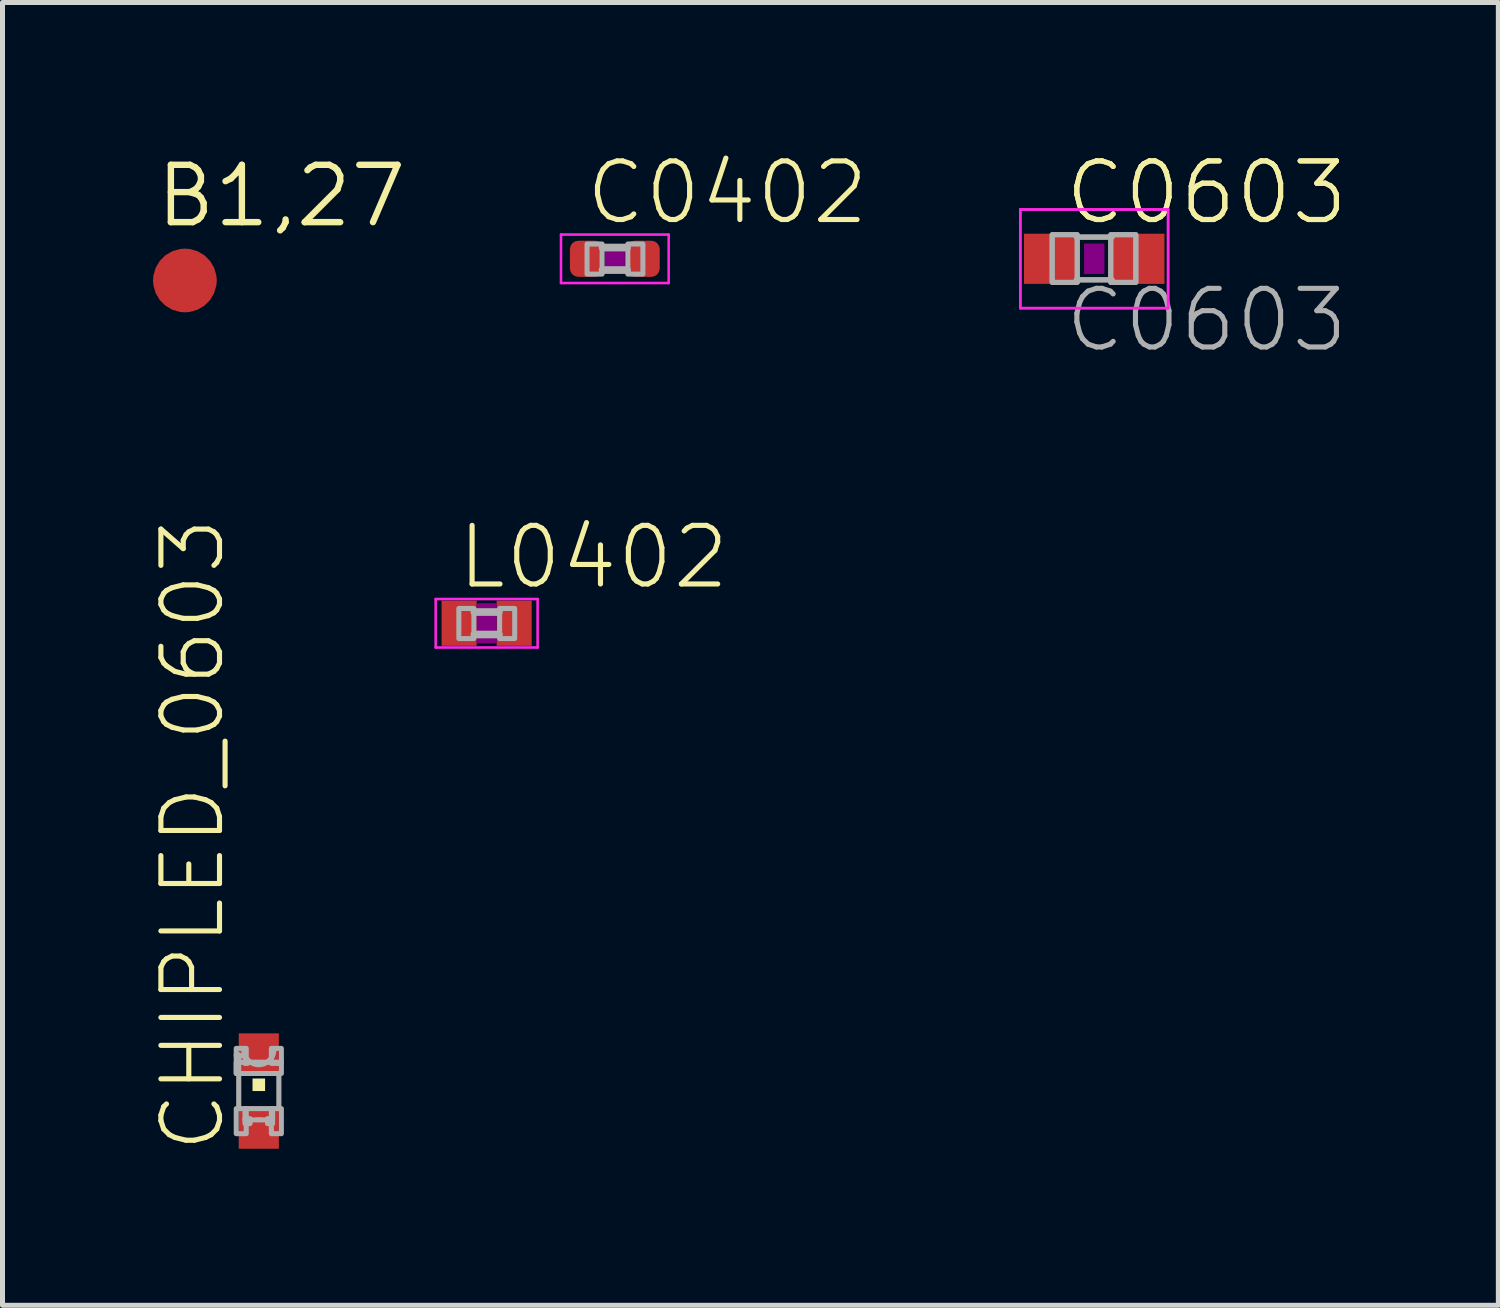
<source format=kicad_pcb>
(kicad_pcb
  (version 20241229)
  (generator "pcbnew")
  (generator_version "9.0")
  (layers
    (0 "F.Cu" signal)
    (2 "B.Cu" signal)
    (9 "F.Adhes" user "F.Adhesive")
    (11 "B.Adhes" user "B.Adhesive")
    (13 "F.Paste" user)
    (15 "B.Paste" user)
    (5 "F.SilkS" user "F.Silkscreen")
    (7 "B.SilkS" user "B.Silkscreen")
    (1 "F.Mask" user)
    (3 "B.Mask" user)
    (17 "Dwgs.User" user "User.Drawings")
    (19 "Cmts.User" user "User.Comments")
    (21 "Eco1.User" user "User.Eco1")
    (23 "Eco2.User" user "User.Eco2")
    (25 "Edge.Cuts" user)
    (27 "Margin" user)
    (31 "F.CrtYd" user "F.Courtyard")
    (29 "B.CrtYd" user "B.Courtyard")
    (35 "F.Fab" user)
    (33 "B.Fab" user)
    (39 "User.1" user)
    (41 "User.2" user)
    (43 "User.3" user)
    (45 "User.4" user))
  (footprint "B1,27"
    (layer "F.Cu")
    (at 0.635 2.54)
    (property "Reference" "B1,27" (at -0.635 -1.016 0) (unlocked yes) (layer "F.SilkS") (effects (font (size 1.143 1.143) (thickness 0.127)) (justify left bottom)))
    (pad "1" smd roundrect (at 0 0) (size 1.27 1.27) (layers "F.Cu" "F.Mask") (roundrect_rratio 0.5)))
  (footprint "C0402"
    (layer "F.Cu")
    (at 9.204 2.108)
    (property "Reference" "C0402" (at -0.635 -0.635 0) (unlocked yes) (layer "F.SilkS") (effects (font (size 1.168 1.168) (thickness 0.102)) (justify left bottom)))
    (fp_poly (pts (xy -0.2 0.3) (xy 0.2 0.3) (xy 0.2 -0.3) (xy -0.2 -0.3)) (stroke (width 0) (type default)) (fill yes) (layer "F.Adhes"))
    (fp_line (start -1.073 -0.483) (end 1.073 -0.483) (stroke (width 0.051) (type solid)) (layer "F.CrtYd"))
    (fp_line (start -1.073 0.483) (end -1.073 -0.483) (stroke (width 0.051) (type solid)) (layer "F.CrtYd"))
    (fp_line (start 1.073 -0.483) (end 1.073 0.483) (stroke (width 0.051) (type solid)) (layer "F.CrtYd"))
    (fp_line (start 1.073 0.483) (end -1.073 0.483) (stroke (width 0.051) (type solid)) (layer "F.CrtYd"))
    (fp_line (start -0.245 -0.224) (end 0.245 -0.224) (stroke (width 0.152) (type solid)) (layer "F.Fab"))
    (fp_line (start 0.245 0.224) (end -0.245 0.224) (stroke (width 0.152) (type solid)) (layer "F.Fab"))
    (fp_poly (pts (xy -0.554 0.305) (xy -0.254 0.305) (xy -0.254 -0.295) (xy -0.554 -0.295)) (stroke (width 0.1) (type default)) (fill no) (layer "F.Fab"))
    (fp_poly (pts (xy 0.259 0.305) (xy 0.559 0.305) (xy 0.559 -0.295) (xy 0.259 -0.295)) (stroke (width 0.1) (type default)) (fill no) (layer "F.Fab"))
    (pad "1" smd roundrect (at -0.56 0) (size 0.67 0.72) (layers "F.Cu" "F.Mask" "F.Paste") (roundrect_rratio 0.25))
    (pad "2" smd roundrect (at 0.56 0) (size 0.67 0.72) (layers "F.Cu" "F.Mask" "F.Paste") (roundrect_rratio 0.25)))
  (footprint "C0603"
    (layer "F.Cu")
    (at 18.758 2.108)
    (property "Reference" "C0603" (at -0.635 -0.635 0) (unlocked yes) (layer "F.SilkS") (effects (font (size 1.168 1.168) (thickness 0.102)) (justify left bottom)))
    (property "Value" "C0603" (at -0.635 1.905 0) (unlocked yes) (layer "F.Fab") (hide yes) (effects (font (size 1.168 1.168) (thickness 0.102)) (justify left bottom)))
    (fp_poly (pts (xy -0.2 0.3) (xy 0.2 0.3) (xy 0.2 -0.3) (xy -0.2 -0.3)) (stroke (width 0) (type default)) (fill yes) (layer "F.Adhes"))
    (fp_poly (pts (xy -0.2 0.3) (xy 0.2 0.3) (xy 0.2 -0.3) (xy -0.2 -0.3)) (stroke (width 0) (type default)) (fill yes) (layer "F.Adhes"))
    (fp_line (start -1.473 -0.983) (end 1.473 -0.983) (stroke (width 0.051) (type solid)) (layer "F.CrtYd"))
    (fp_line (start -1.473 -0.983) (end 1.473 -0.983) (stroke (width 0.051) (type solid)) (layer "F.CrtYd"))
    (fp_line (start -1.473 0.983) (end -1.473 -0.983) (stroke (width 0.051) (type solid)) (layer "F.CrtYd"))
    (fp_line (start -1.473 0.983) (end -1.473 -0.983) (stroke (width 0.051) (type solid)) (layer "F.CrtYd"))
    (fp_line (start 1.473 -0.983) (end 1.473 0.983) (stroke (width 0.051) (type solid)) (layer "F.CrtYd"))
    (fp_line (start 1.473 -0.983) (end 1.473 0.983) (stroke (width 0.051) (type solid)) (layer "F.CrtYd"))
    (fp_line (start 1.473 0.983) (end -1.473 0.983) (stroke (width 0.051) (type solid)) (layer "F.CrtYd"))
    (fp_line (start 1.473 0.983) (end -1.473 0.983) (stroke (width 0.051) (type solid)) (layer "F.CrtYd"))
    (fp_line (start -0.356 -0.432) (end 0.356 -0.432) (stroke (width 0.102) (type solid)) (layer "F.Fab"))
    (fp_line (start -0.356 -0.432) (end 0.356 -0.432) (stroke (width 0.102) (type solid)) (layer "F.Fab"))
    (fp_line (start -0.356 0.419) (end 0.356 0.419) (stroke (width 0.102) (type solid)) (layer "F.Fab"))
    (fp_line (start -0.356 0.419) (end 0.356 0.419) (stroke (width 0.102) (type solid)) (layer "F.Fab"))
    (fp_poly (pts (xy -0.838 0.47) (xy -0.338 0.47) (xy -0.338 -0.48) (xy -0.838 -0.48)) (stroke (width 0.1) (type default)) (fill no) (layer "F.Fab"))
    (fp_poly (pts (xy -0.838 0.47) (xy -0.338 0.47) (xy -0.338 -0.48) (xy -0.838 -0.48)) (stroke (width 0.1) (type default)) (fill no) (layer "F.Fab"))
    (fp_poly (pts (xy 0.33 0.47) (xy 0.83 0.47) (xy 0.83 -0.48) (xy 0.33 -0.48)) (stroke (width 0.1) (type default)) (fill no) (layer "F.Fab"))
    (fp_poly (pts (xy 0.33 0.47) (xy 0.83 0.47) (xy 0.83 -0.48) (xy 0.33 -0.48)) (stroke (width 0.1) (type default)) (fill no) (layer "F.Fab"))
    (fp_text user "${REFERENCE}" (at -0.635 -0.635 0) (layer "F.SilkS") (effects (font (size 1.168 1.168) (thickness 0.102)) (justify left bottom)))
    (fp_text user "${VALUE}" (at -0.635 1.905 0) (layer "F.Fab") (effects (font (size 1.168 1.168) (thickness 0.102)) (justify left bottom)))
    (pad "1" smd rect (at -0.85 0) (size 1.1 1) (layers "F.Cu" "F.Mask" "F.Paste"))
    (pad "2" smd rect (at 0.85 0) (size 1.1 1) (layers "F.Cu" "F.Mask" "F.Paste")))
  (footprint "L0402"
    (layer "F.Cu")
    (at 6.649 9.372)
    (property "Reference" "L0402" (at -0.635 -0.635 0) (unlocked yes) (layer "F.SilkS") (effects (font (size 1.168 1.168) (thickness 0.102)) (justify left bottom)))
    (fp_poly (pts (xy -0.2 0.4) (xy 0.2 0.4) (xy 0.2 -0.4) (xy -0.2 -0.4)) (stroke (width 0) (type default)) (fill yes) (layer "F.Adhes"))
    (fp_line (start -1.016 -0.483) (end 1.016 -0.483) (stroke (width 0.051) (type solid)) (layer "F.CrtYd"))
    (fp_line (start -1.016 0.483) (end -1.016 -0.483) (stroke (width 0.051) (type solid)) (layer "F.CrtYd"))
    (fp_line (start 1.016 -0.483) (end 1.016 0.483) (stroke (width 0.051) (type solid)) (layer "F.CrtYd"))
    (fp_line (start 1.016 0.483) (end -1.016 0.483) (stroke (width 0.051) (type solid)) (layer "F.CrtYd"))
    (fp_line (start -0.245 -0.224) (end 0.245 -0.224) (stroke (width 0.152) (type solid)) (layer "F.Fab"))
    (fp_line (start 0.245 0.224) (end -0.245 0.224) (stroke (width 0.152) (type solid)) (layer "F.Fab"))
    (fp_poly (pts (xy -0.554 0.305) (xy -0.254 0.305) (xy -0.254 -0.295) (xy -0.554 -0.295)) (stroke (width 0.1) (type default)) (fill no) (layer "F.Fab"))
    (fp_poly (pts (xy 0.259 0.305) (xy 0.559 0.305) (xy 0.559 -0.295) (xy 0.259 -0.295)) (stroke (width 0.1) (type default)) (fill no) (layer "F.Fab"))
    (pad "1" smd rect (at -0.548 0) (size 0.7 0.9) (layers "F.Cu" "F.Mask" "F.Paste"))
    (pad "2" smd rect (at 0.548 0) (size 0.7 0.9) (layers "F.Cu" "F.Mask" "F.Paste")))
  (footprint "CHIPLED_0603"
    (layer "F.Cu")
    (at 2.108 18.695)
    (property "Reference" "CHIPLED_0603" (at -0.635 1.27 90) (unlocked yes) (layer "F.SilkS") (effects (font (size 1.168 1.168) (thickness 0.102)) (justify left bottom)))
    (fp_poly (pts (xy -0.125 0) (xy 0.125 0) (xy 0.125 -0.25) (xy -0.125 -0.25)) (stroke (width 0) (type default)) (fill yes) (layer "F.SilkS"))
    (fp_line (start -0.4 -0.375) (end -0.4 0.35) (stroke (width 0.102) (type solid)) (layer "F.Fab"))
    (fp_line (start 0.4 -0.35) (end 0.4 0.35) (stroke (width 0.102) (type solid)) (layer "F.Fab"))
    (fp_arc (start -0.275 0.825) (mid 0 0.55) (end 0.275 0.825) (stroke (width 0.0508) (type solid)) (layer "F.Fab"))
    (fp_arc (start 0.3 -0.799998) (mid -0.000001 -0.524966) (end -0.3 -0.8) (stroke (width 0.1016) (type solid)) (layer "F.Fab"))
    (fp_circle (center -0.35 -0.625) (end -0.275 -0.625) (stroke (width 0.051) (type solid)) (fill no) (layer "F.Fab"))
    (fp_poly (pts (xy -0.45 -0.7) (xy -0.25 -0.7) (xy -0.25 -0.85) (xy -0.45 -0.85)) (stroke (width 0.1) (type default)) (fill no) (layer "F.Fab"))
    (fp_poly (pts (xy -0.45 -0.35) (xy -0.4 -0.35) (xy -0.4 -0.725) (xy -0.45 -0.725)) (stroke (width 0.1) (type default)) (fill no) (layer "F.Fab"))
    (fp_poly (pts (xy -0.45 -0.35) (xy 0.45 -0.35) (xy 0.45 -0.575) (xy -0.45 -0.575)) (stroke (width 0.1) (type default)) (fill no) (layer "F.Fab"))
    (fp_poly (pts (xy -0.45 0.85) (xy -0.25 0.85) (xy -0.25 0.35) (xy -0.45 0.35)) (stroke (width 0.1) (type default)) (fill no) (layer "F.Fab"))
    (fp_poly (pts (xy -0.275 -0.55) (xy -0.225 -0.55) (xy -0.225 -0.6) (xy -0.275 -0.6)) (stroke (width 0.1) (type default)) (fill no) (layer "F.Fab"))
    (fp_poly (pts (xy -0.275 0.575) (xy 0.275 0.575) (xy 0.275 0.35) (xy -0.275 0.35)) (stroke (width 0.1) (type default)) (fill no) (layer "F.Fab"))
    (fp_poly (pts (xy -0.275 0.65) (xy -0.175 0.65) (xy -0.175 0.55) (xy -0.275 0.55)) (stroke (width 0.1) (type default)) (fill no) (layer "F.Fab"))
    (fp_poly (pts (xy 0.175 0.65) (xy 0.275 0.65) (xy 0.275 0.55) (xy 0.175 0.55)) (stroke (width 0.1) (type default)) (fill no) (layer "F.Fab"))
    (fp_poly (pts (xy 0.25 -0.55) (xy 0.45 -0.55) (xy 0.45 -0.85) (xy 0.25 -0.85)) (stroke (width 0.1) (type default)) (fill no) (layer "F.Fab"))
    (fp_poly (pts (xy 0.25 0.85) (xy 0.45 0.85) (xy 0.45 0.35) (xy 0.25 0.35)) (stroke (width 0.1) (type default)) (fill no) (layer "F.Fab"))
    (pad "1" smd rect (at 0 -0.75) (size 0.8 0.8) (layers "F.Cu" "F.Mask" "F.Paste"))
    (pad "2" smd rect (at 0 0.75) (size 0.8 0.8) (layers "F.Cu" "F.Mask" "F.Paste")))
  (gr_rect
    (start -3 -3)
    (end 26.813 22.965)
    (stroke (width 0.1) (type default))
    (fill no)
    (layer "Edge.Cuts")))
</source>
